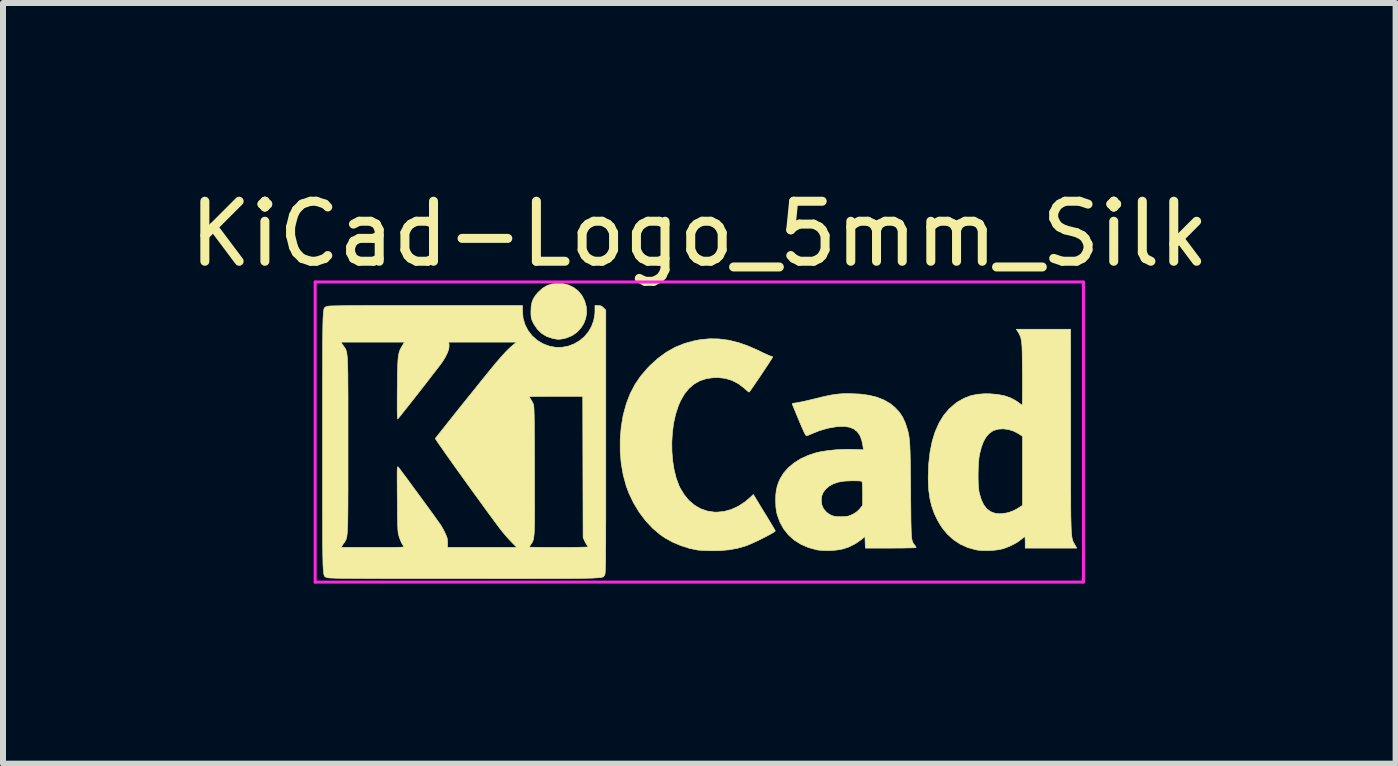
<source format=kicad_pcb>
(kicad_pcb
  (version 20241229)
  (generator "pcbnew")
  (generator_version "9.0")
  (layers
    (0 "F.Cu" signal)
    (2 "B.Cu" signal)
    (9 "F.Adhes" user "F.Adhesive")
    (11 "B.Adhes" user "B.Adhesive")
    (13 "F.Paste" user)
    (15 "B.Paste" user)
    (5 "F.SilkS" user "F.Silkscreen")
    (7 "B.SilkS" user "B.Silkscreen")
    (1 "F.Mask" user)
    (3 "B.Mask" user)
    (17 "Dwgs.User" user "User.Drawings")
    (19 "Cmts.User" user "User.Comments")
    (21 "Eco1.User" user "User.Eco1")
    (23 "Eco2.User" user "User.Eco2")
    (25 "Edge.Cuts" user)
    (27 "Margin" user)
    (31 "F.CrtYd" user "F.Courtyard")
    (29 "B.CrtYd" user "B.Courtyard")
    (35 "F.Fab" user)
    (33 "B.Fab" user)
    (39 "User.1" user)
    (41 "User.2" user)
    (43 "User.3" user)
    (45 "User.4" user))
  (footprint "KiCad-Logo_5mm_Silk"
    (layer "F.Cu")
    (at 8.601 4.648)
    (property "Reference" "KiCad-Logo_5mm_Silk" (at 0 -3.8 0) (layer "F.SilkS") (effects (font (size 1 1) (thickness 0.15))))
    (attr exclude_from_pos_files exclude_from_bom)
    (fp_poly (pts (xy -2.273 -2.973) (xy -2.177 -2.949) (xy -2.09 -2.906) (xy -2.015 -2.847) (xy -1.954 -2.772) (xy -1.909 -2.683) (xy -1.883 -2.586) (xy -1.877 -2.489) (xy -1.892 -2.395) (xy -1.926 -2.307) (xy -1.977 -2.228) (xy -2.042 -2.16) (xy -2.121 -2.106) (xy -2.212 -2.068) (xy -2.263 -2.056) (xy -2.308 -2.048) (xy -2.342 -2.045) (xy -2.375 -2.047) (xy -2.415 -2.054) (xy -2.449 -2.061) (xy -2.542 -2.092) (xy -2.626 -2.143) (xy -2.698 -2.213) (xy -2.756 -2.298) (xy -2.77 -2.326) (xy -2.787 -2.362) (xy -2.797 -2.392) (xy -2.802 -2.425) (xy -2.805 -2.466) (xy -2.805 -2.512) (xy -2.801 -2.596) (xy -2.787 -2.665) (xy -2.762 -2.726) (xy -2.723 -2.784) (xy -2.684 -2.829) (xy -2.612 -2.895) (xy -2.537 -2.94) (xy -2.455 -2.967) (xy -2.377 -2.977) (xy -2.273 -2.973)) (stroke (width 0.01) (type solid)) (fill yes) (layer "F.SilkS"))
    (fp_poly (pts (xy 0.328 -2.051) (xy 0.489 -2.03) (xy 0.653 -1.99) (xy 0.822 -1.93) (xy 1 -1.851) (xy 1.011 -1.845) (xy 1.069 -1.817) (xy 1.121 -1.793) (xy 1.162 -1.775) (xy 1.19 -1.764) (xy 1.2 -1.761) (xy 1.219 -1.756) (xy 1.224 -1.752) (xy 1.218 -1.741) (xy 1.202 -1.715) (xy 1.177 -1.676) (xy 1.145 -1.626) (xy 1.107 -1.569) (xy 1.066 -1.507) (xy 1.023 -1.442) (xy 0.98 -1.379) (xy 0.939 -1.319) (xy 0.902 -1.265) (xy 0.871 -1.22) (xy 0.847 -1.186) (xy 0.832 -1.167) (xy 0.83 -1.165) (xy 0.82 -1.17) (xy 0.798 -1.187) (xy 0.767 -1.214) (xy 0.752 -1.228) (xy 0.655 -1.303) (xy 0.548 -1.359) (xy 0.433 -1.394) (xy 0.31 -1.408) (xy 0.241 -1.407) (xy 0.119 -1.39) (xy 0.01 -1.354) (xy -0.087 -1.299) (xy -0.174 -1.225) (xy -0.249 -1.131) (xy -0.314 -1.018) (xy -0.351 -0.931) (xy -0.395 -0.796) (xy -0.428 -0.648) (xy -0.448 -0.493) (xy -0.458 -0.333) (xy -0.456 -0.173) (xy -0.443 -0.016) (xy -0.419 0.133) (xy -0.384 0.271) (xy -0.338 0.395) (xy -0.322 0.429) (xy -0.253 0.543) (xy -0.173 0.64) (xy -0.081 0.718) (xy 0.02 0.777) (xy 0.13 0.816) (xy 0.247 0.834) (xy 0.289 0.835) (xy 0.41 0.824) (xy 0.531 0.791) (xy 0.649 0.737) (xy 0.762 0.663) (xy 0.854 0.585) (xy 0.9 0.54) (xy 1.081 0.837) (xy 1.127 0.911) (xy 1.168 0.98) (xy 1.204 1.039) (xy 1.233 1.088) (xy 1.254 1.124) (xy 1.265 1.144) (xy 1.266 1.147) (xy 1.258 1.157) (xy 1.233 1.174) (xy 1.193 1.197) (xy 1.142 1.225) (xy 1.084 1.255) (xy 1.021 1.287) (xy 0.958 1.318) (xy 0.896 1.346) (xy 0.839 1.371) (xy 0.791 1.391) (xy 0.768 1.399) (xy 0.634 1.437) (xy 0.496 1.462) (xy 0.349 1.475) (xy 0.222 1.477) (xy 0.154 1.476) (xy 0.088 1.474) (xy 0.031 1.471) (xy -0.013 1.468) (xy -0.027 1.466) (xy -0.166 1.438) (xy -0.307 1.392) (xy -0.445 1.334) (xy -0.572 1.264) (xy -0.649 1.211) (xy -0.777 1.103) (xy -0.895 0.977) (xy -1.002 0.835) (xy -1.095 0.681) (xy -1.173 0.518) (xy -1.217 0.401) (xy -1.267 0.217) (xy -1.301 0.023) (xy -1.318 -0.179) (xy -1.318 -0.382) (xy -1.301 -0.584) (xy -1.268 -0.781) (xy -1.217 -0.967) (xy -1.214 -0.978) (xy -1.151 -1.14) (xy -1.074 -1.288) (xy -0.981 -1.426) (xy -0.868 -1.558) (xy -0.825 -1.604) (xy -0.688 -1.728) (xy -0.549 -1.83) (xy -0.403 -1.912) (xy -0.249 -1.975) (xy -0.084 -2.02) (xy 0.011 -2.038) (xy 0.17 -2.054) (xy 0.328 -2.051)) (stroke (width 0.01) (type solid)) (fill yes) (layer "F.SilkS"))
    (fp_poly (pts (xy 6.187 -0.528) (xy 6.187 -0.293) (xy 6.187 -0.08) (xy 6.187 0.112) (xy 6.187 0.285) (xy 6.187 0.441) (xy 6.188 0.579) (xy 6.188 0.701) (xy 6.189 0.808) (xy 6.19 0.901) (xy 6.192 0.982) (xy 6.194 1.051) (xy 6.196 1.11) (xy 6.198 1.159) (xy 6.202 1.2) (xy 6.205 1.234) (xy 6.21 1.262) (xy 6.214 1.285) (xy 6.22 1.304) (xy 6.226 1.321) (xy 6.233 1.335) (xy 6.24 1.349) (xy 6.249 1.364) (xy 6.254 1.373) (xy 6.288 1.434) (xy 5.43 1.434) (xy 5.43 1.338) (xy 5.429 1.294) (xy 5.427 1.261) (xy 5.424 1.243) (xy 5.423 1.242) (xy 5.412 1.249) (xy 5.389 1.267) (xy 5.366 1.286) (xy 5.312 1.327) (xy 5.242 1.368) (xy 5.165 1.405) (xy 5.088 1.435) (xy 5.057 1.445) (xy 4.989 1.46) (xy 4.906 1.47) (xy 4.816 1.475) (xy 4.728 1.474) (xy 4.649 1.469) (xy 4.612 1.463) (xy 4.473 1.425) (xy 4.346 1.367) (xy 4.23 1.29) (xy 4.127 1.195) (xy 4.036 1.081) (xy 3.969 0.97) (xy 3.914 0.854) (xy 3.872 0.734) (xy 3.842 0.608) (xy 3.823 0.472) (xy 3.815 0.32) (xy 3.814 0.243) (xy 3.816 0.186) (xy 4.645 0.186) (xy 4.645 0.279) (xy 4.648 0.367) (xy 4.654 0.444) (xy 4.662 0.505) (xy 4.665 0.517) (xy 4.697 0.625) (xy 4.738 0.712) (xy 4.79 0.779) (xy 4.853 0.826) (xy 4.926 0.853) (xy 5.011 0.862) (xy 5.107 0.851) (xy 5.17 0.835) (xy 5.219 0.817) (xy 5.274 0.791) (xy 5.314 0.767) (xy 5.385 0.721) (xy 5.385 -0.429) (xy 5.317 -0.473) (xy 5.239 -0.514) (xy 5.155 -0.541) (xy 5.07 -0.553) (xy 4.988 -0.549) (xy 4.915 -0.53) (xy 4.883 -0.515) (xy 4.826 -0.472) (xy 4.777 -0.415) (xy 4.735 -0.342) (xy 4.701 -0.252) (xy 4.672 -0.141) (xy 4.671 -0.135) (xy 4.66 -0.073) (xy 4.653 0.005) (xy 4.648 0.093) (xy 4.645 0.186) (xy 3.816 0.186) (xy 3.822 0.03) (xy 3.844 -0.166) (xy 3.88 -0.345) (xy 3.93 -0.506) (xy 3.994 -0.65) (xy 4.071 -0.777) (xy 4.163 -0.886) (xy 4.268 -0.977) (xy 4.314 -1.008) (xy 4.415 -1.064) (xy 4.518 -1.104) (xy 4.628 -1.128) (xy 4.749 -1.138) (xy 4.842 -1.137) (xy 4.971 -1.126) (xy 5.084 -1.104) (xy 5.183 -1.07) (xy 5.271 -1.024) (xy 5.32 -0.99) (xy 5.349 -0.968) (xy 5.371 -0.953) (xy 5.379 -0.948) (xy 5.381 -0.959) (xy 5.382 -0.99) (xy 5.383 -1.037) (xy 5.384 -1.1) (xy 5.384 -1.173) (xy 5.384 -1.256) (xy 5.384 -1.344) (xy 5.384 -1.436) (xy 5.383 -1.528) (xy 5.382 -1.618) (xy 5.381 -1.704) (xy 5.38 -1.781) (xy 5.379 -1.848) (xy 5.377 -1.902) (xy 5.375 -1.94) (xy 5.375 -1.947) (xy 5.367 -2.018) (xy 5.356 -2.073) (xy 5.338 -2.12) (xy 5.312 -2.166) (xy 5.305 -2.176) (xy 5.281 -2.213) (xy 6.186 -2.213) (xy 6.187 -0.528)) (stroke (width 0.01) (type solid)) (fill yes) (layer "F.SilkS"))
    (fp_poly (pts (xy 2.674 -1.133) (xy 2.825 -1.113) (xy 2.961 -1.08) (xy 3.08 -1.032) (xy 3.185 -0.971) (xy 3.262 -0.907) (xy 3.331 -0.833) (xy 3.385 -0.753) (xy 3.428 -0.661) (xy 3.443 -0.618) (xy 3.456 -0.579) (xy 3.467 -0.543) (xy 3.477 -0.508) (xy 3.485 -0.472) (xy 3.492 -0.433) (xy 3.498 -0.39) (xy 3.503 -0.34) (xy 3.507 -0.283) (xy 3.51 -0.215) (xy 3.513 -0.136) (xy 3.515 -0.043) (xy 3.517 0.066) (xy 3.518 0.192) (xy 3.52 0.337) (xy 3.521 0.48) (xy 3.522 0.636) (xy 3.524 0.771) (xy 3.525 0.887) (xy 3.526 0.986) (xy 3.528 1.068) (xy 3.53 1.136) (xy 3.532 1.192) (xy 3.535 1.236) (xy 3.539 1.271) (xy 3.544 1.299) (xy 3.55 1.321) (xy 3.557 1.338) (xy 3.565 1.352) (xy 3.574 1.366) (xy 3.585 1.38) (xy 3.59 1.385) (xy 3.605 1.408) (xy 3.612 1.423) (xy 3.612 1.424) (xy 3.602 1.426) (xy 3.571 1.428) (xy 3.522 1.43) (xy 3.458 1.431) (xy 3.382 1.433) (xy 3.295 1.433) (xy 3.2 1.434) (xy 3.19 1.434) (xy 2.767 1.434) (xy 2.763 1.338) (xy 2.76 1.242) (xy 2.698 1.293) (xy 2.601 1.36) (xy 2.491 1.415) (xy 2.404 1.445) (xy 2.335 1.46) (xy 2.252 1.47) (xy 2.162 1.475) (xy 2.074 1.474) (xy 1.995 1.468) (xy 1.959 1.463) (xy 1.819 1.425) (xy 1.692 1.37) (xy 1.58 1.299) (xy 1.484 1.213) (xy 1.404 1.112) (xy 1.341 0.997) (xy 1.296 0.871) (xy 1.284 0.814) (xy 1.276 0.752) (xy 1.273 0.677) (xy 1.272 0.643) (xy 1.272 0.64) (xy 2.032 0.64) (xy 2.042 0.715) (xy 2.07 0.779) (xy 2.118 0.835) (xy 2.123 0.839) (xy 2.172 0.874) (xy 2.223 0.897) (xy 2.284 0.909) (xy 2.359 0.911) (xy 2.377 0.911) (xy 2.431 0.908) (xy 2.471 0.903) (xy 2.506 0.893) (xy 2.545 0.876) (xy 2.556 0.871) (xy 2.616 0.835) (xy 2.663 0.792) (xy 2.676 0.777) (xy 2.721 0.72) (xy 2.721 0.525) (xy 2.72 0.446) (xy 2.718 0.388) (xy 2.715 0.349) (xy 2.711 0.327) (xy 2.707 0.32) (xy 2.691 0.317) (xy 2.657 0.314) (xy 2.61 0.313) (xy 2.555 0.312) (xy 2.546 0.312) (xy 2.425 0.317) (xy 2.323 0.333) (xy 2.236 0.361) (xy 2.164 0.401) (xy 2.109 0.448) (xy 2.064 0.506) (xy 2.039 0.569) (xy 2.032 0.64) (xy 1.272 0.64) (xy 1.274 0.55) (xy 1.283 0.471) (xy 1.299 0.4) (xy 1.324 0.329) (xy 1.348 0.276) (xy 1.407 0.181) (xy 1.485 0.093) (xy 1.58 0.014) (xy 1.69 -0.055) (xy 1.813 -0.111) (xy 1.945 -0.154) (xy 2.009 -0.169) (xy 2.146 -0.191) (xy 2.294 -0.206) (xy 2.446 -0.212) (xy 2.572 -0.211) (xy 2.734 -0.204) (xy 2.727 -0.263) (xy 2.707 -0.362) (xy 2.676 -0.443) (xy 2.632 -0.506) (xy 2.575 -0.551) (xy 2.503 -0.58) (xy 2.416 -0.594) (xy 2.313 -0.591) (xy 2.275 -0.587) (xy 2.134 -0.562) (xy 1.997 -0.521) (xy 1.902 -0.483) (xy 1.857 -0.464) (xy 1.819 -0.448) (xy 1.792 -0.439) (xy 1.785 -0.437) (xy 1.775 -0.446) (xy 1.758 -0.475) (xy 1.734 -0.524) (xy 1.703 -0.594) (xy 1.665 -0.684) (xy 1.658 -0.7) (xy 1.628 -0.772) (xy 1.601 -0.838) (xy 1.578 -0.893) (xy 1.561 -0.936) (xy 1.55 -0.963) (xy 1.547 -0.972) (xy 1.557 -0.977) (xy 1.583 -0.982) (xy 1.611 -0.986) (xy 1.642 -0.991) (xy 1.689 -1) (xy 1.751 -1.013) (xy 1.821 -1.029) (xy 1.896 -1.047) (xy 1.925 -1.054) (xy 2.03 -1.08) (xy 2.117 -1.1) (xy 2.192 -1.115) (xy 2.258 -1.126) (xy 2.319 -1.133) (xy 2.381 -1.138) (xy 2.446 -1.14) (xy 2.504 -1.14) (xy 2.674 -1.133)) (stroke (width 0.01) (type solid)) (fill yes) (layer "F.SilkS"))
    (fp_poly (pts (xy -2.946 -2.511) (xy -2.936 -2.397) (xy -2.904 -2.289) (xy -2.853 -2.19) (xy -2.784 -2.102) (xy -2.699 -2.027) (xy -2.602 -1.97) (xy -2.496 -1.93) (xy -2.389 -1.911) (xy -2.283 -1.913) (xy -2.181 -1.932) (xy -2.085 -1.969) (xy -1.996 -2.021) (xy -1.917 -2.087) (xy -1.849 -2.167) (xy -1.796 -2.258) (xy -1.759 -2.359) (xy -1.74 -2.47) (xy -1.738 -2.52) (xy -1.738 -2.608) (xy -1.687 -2.608) (xy -1.65 -2.605) (xy -1.623 -2.593) (xy -1.596 -2.569) (xy -1.558 -2.531) (xy -1.558 -0.339) (xy -1.558 -0.077) (xy -1.558 0.163) (xy -1.558 0.383) (xy -1.558 0.583) (xy -1.558 0.764) (xy -1.558 0.928) (xy -1.559 1.074) (xy -1.559 1.205) (xy -1.559 1.32) (xy -1.56 1.421) (xy -1.561 1.509) (xy -1.561 1.585) (xy -1.562 1.65) (xy -1.563 1.704) (xy -1.564 1.749) (xy -1.565 1.786) (xy -1.567 1.815) (xy -1.568 1.837) (xy -1.57 1.854) (xy -1.572 1.866) (xy -1.574 1.874) (xy -1.576 1.88) (xy -1.577 1.882) (xy -1.581 1.889) (xy -1.585 1.895) (xy -1.589 1.901) (xy -1.594 1.906) (xy -1.601 1.911) (xy -1.611 1.916) (xy -1.625 1.92) (xy -1.645 1.923) (xy -1.669 1.926) (xy -1.701 1.929) (xy -1.741 1.931) (xy -1.789 1.934) (xy -1.846 1.935) (xy -1.914 1.937) (xy -1.994 1.938) (xy -2.085 1.939) (xy -2.19 1.94) (xy -2.309 1.94) (xy -2.443 1.941) (xy -2.593 1.941) (xy -2.76 1.941) (xy -2.945 1.942) (xy -3.149 1.942) (xy -3.372 1.942) (xy -3.616 1.941) (xy -3.881 1.941) (xy -3.92 1.941) (xy -4.187 1.941) (xy -4.432 1.941) (xy -4.657 1.941) (xy -4.861 1.941) (xy -5.047 1.941) (xy -5.215 1.941) (xy -5.366 1.94) (xy -5.501 1.94) (xy -5.62 1.939) (xy -5.725 1.939) (xy -5.817 1.938) (xy -5.896 1.938) (xy -5.964 1.937) (xy -6.021 1.936) (xy -6.069 1.935) (xy -6.107 1.933) (xy -6.138 1.932) (xy -6.162 1.931) (xy -6.18 1.929) (xy -6.192 1.927) (xy -6.201 1.925) (xy -6.205 1.923) (xy -6.214 1.92) (xy -6.221 1.917) (xy -6.229 1.915) (xy -6.235 1.911) (xy -6.241 1.906) (xy -6.246 1.897) (xy -6.251 1.885) (xy -6.255 1.869) (xy -6.259 1.846) (xy -6.262 1.818) (xy -6.265 1.781) (xy -6.268 1.737) (xy -6.27 1.683) (xy -6.271 1.618) (xy -6.273 1.543) (xy -6.274 1.455) (xy -6.275 1.354) (xy -6.276 1.239) (xy -6.276 1.11) (xy -6.276 0.964) (xy -6.277 0.802) (xy -6.277 0.621) (xy -6.277 0.422) (xy -6.277 0.204) (xy -6.277 -0.035) (xy -6.277 -0.296) (xy -6.277 -0.338) (xy -6.277 -0.601) (xy -6.277 -0.842) (xy -6.277 -1.063) (xy -6.277 -1.264) (xy -6.277 -1.446) (xy -6.276 -1.61) (xy -6.276 -1.757) (xy -6.276 -1.888) (xy -6.275 -1.998) (xy -5.972 -1.998) (xy -5.932 -1.94) (xy -5.921 -1.925) (xy -5.911 -1.911) (xy -5.902 -1.897) (xy -5.894 -1.883) (xy -5.887 -1.868) (xy -5.881 -1.849) (xy -5.875 -1.826) (xy -5.871 -1.798) (xy -5.867 -1.764) (xy -5.863 -1.722) (xy -5.861 -1.67) (xy -5.858 -1.609) (xy -5.857 -1.537) (xy -5.855 -1.452) (xy -5.855 -1.354) (xy -5.854 -1.24) (xy -5.853 -1.111) (xy -5.853 -0.965) (xy -5.853 -0.8) (xy -5.853 -0.616) (xy -5.853 -0.41) (xy -5.853 -0.288) (xy -5.853 -0.071) (xy -5.853 0.125) (xy -5.853 0.3) (xy -5.853 0.456) (xy -5.854 0.595) (xy -5.854 0.717) (xy -5.855 0.823) (xy -5.856 0.915) (xy -5.857 0.994) (xy -5.859 1.062) (xy -5.862 1.118) (xy -5.865 1.165) (xy -5.868 1.204) (xy -5.872 1.235) (xy -5.877 1.261) (xy -5.883 1.282) (xy -5.89 1.299) (xy -5.897 1.314) (xy -5.906 1.327) (xy -5.915 1.341) (xy -5.925 1.356) (xy -5.932 1.365) (xy -5.97 1.422) (xy -5.439 1.422) (xy -5.315 1.422) (xy -5.213 1.422) (xy -5.129 1.422) (xy -5.063 1.421) (xy -5.012 1.42) (xy -4.974 1.419) (xy -4.948 1.417) (xy -4.932 1.415) (xy -4.923 1.412) (xy -4.921 1.408) (xy -4.923 1.404) (xy -4.925 1.403) (xy -4.95 1.366) (xy -4.976 1.313) (xy -4.999 1.251) (xy -5.007 1.224) (xy -5.012 1.206) (xy -5.016 1.185) (xy -5.019 1.159) (xy -5.022 1.126) (xy -5.024 1.083) (xy -5.026 1.028) (xy -5.028 0.96) (xy -5.029 0.877) (xy -5.03 0.775) (xy -5.031 0.654) (xy -5.032 0.61) (xy -5.033 0.484) (xy -5.033 0.38) (xy -5.034 0.295) (xy -5.034 0.227) (xy -5.034 0.174) (xy -5.033 0.135) (xy -5.031 0.107) (xy -5.029 0.09) (xy -5.027 0.081) (xy -5.023 0.078) (xy -5.019 0.08) (xy -5.015 0.085) (xy -5.004 0.098) (xy -4.982 0.127) (xy -4.95 0.17) (xy -4.909 0.225) (xy -4.861 0.289) (xy -4.808 0.362) (xy -4.751 0.44) (xy -4.691 0.521) (xy -4.631 0.603) (xy -4.572 0.685) (xy -4.514 0.763) (xy -4.461 0.836) (xy -4.413 0.902) (xy -4.373 0.959) (xy -4.341 1.004) (xy -4.318 1.035) (xy -4.314 1.041) (xy -4.291 1.078) (xy -4.264 1.126) (xy -4.239 1.176) (xy -4.236 1.183) (xy -4.214 1.231) (xy -4.201 1.268) (xy -4.196 1.304) (xy -4.194 1.346) (xy -4.195 1.422) (xy -3.041 1.422) (xy -3.132 1.329) (xy -3.179 1.279) (xy -3.229 1.222) (xy -3.275 1.168) (xy -3.295 1.143) (xy -3.326 1.103) (xy -3.366 1.05) (xy -3.414 0.985) (xy -3.47 0.909) (xy -3.532 0.825) (xy -3.599 0.733) (xy -3.669 0.636) (xy -3.743 0.535) (xy -3.817 0.432) (xy -3.892 0.328) (xy -3.966 0.225) (xy -4.038 0.125) (xy -4.106 0.029) (xy -4.17 -0.061) (xy -4.229 -0.144) (xy -4.28 -0.218) (xy -4.324 -0.28) (xy -4.359 -0.33) (xy -4.383 -0.367) (xy -4.396 -0.387) (xy -4.398 -0.391) (xy -4.39 -0.403) (xy -4.369 -0.43) (xy -4.337 -0.471) (xy -4.294 -0.525) (xy -4.243 -0.589) (xy -4.185 -0.663) (xy -4.12 -0.744) (xy -4.051 -0.831) (xy -3.979 -0.921) (xy -3.904 -1.014) (xy -3.845 -1.088) (xy -2.834 -1.088) (xy -2.828 -1.075) (xy -2.813 -1.053) (xy -2.812 -1.052) (xy -2.793 -1.021) (xy -2.774 -0.985) (xy -2.77 -0.976) (xy -2.766 -0.968) (xy -2.763 -0.958) (xy -2.76 -0.945) (xy -2.758 -0.927) (xy -2.756 -0.904) (xy -2.754 -0.873) (xy -2.753 -0.833) (xy -2.751 -0.784) (xy -2.75 -0.723) (xy -2.749 -0.649) (xy -2.749 -0.561) (xy -2.748 -0.457) (xy -2.747 -0.337) (xy -2.747 -0.198) (xy -2.746 -0.039) (xy -2.746 0.14) (xy -2.745 0.325) (xy -2.745 0.489) (xy -2.745 0.633) (xy -2.744 0.759) (xy -2.745 0.868) (xy -2.745 0.961) (xy -2.747 1.04) (xy -2.748 1.106) (xy -2.75 1.161) (xy -2.753 1.206) (xy -2.757 1.242) (xy -2.761 1.271) (xy -2.766 1.295) (xy -2.772 1.313) (xy -2.779 1.329) (xy -2.787 1.344) (xy -2.797 1.358) (xy -2.805 1.37) (xy -2.822 1.396) (xy -2.832 1.414) (xy -2.834 1.417) (xy -2.823 1.418) (xy -2.791 1.419) (xy -2.742 1.42) (xy -2.677 1.421) (xy -2.599 1.422) (xy -2.51 1.422) (xy -2.411 1.422) (xy -2.342 1.422) (xy -2.237 1.422) (xy -2.141 1.422) (xy -2.054 1.421) (xy -1.98 1.419) (xy -1.921 1.418) (xy -1.879 1.416) (xy -1.855 1.414) (xy -1.851 1.412) (xy -1.859 1.398) (xy -1.867 1.39) (xy -1.88 1.372) (xy -1.897 1.342) (xy -1.909 1.318) (xy -1.936 1.259) (xy -1.939 0.082) (xy -1.942 -1.095) (xy -2.388 -1.095) (xy -2.486 -1.095) (xy -2.576 -1.094) (xy -2.657 -1.094) (xy -2.725 -1.093) (xy -2.779 -1.092) (xy -2.815 -1.09) (xy -2.833 -1.089) (xy -2.834 -1.088) (xy -3.845 -1.088) (xy -3.829 -1.107) (xy -3.755 -1.199) (xy -3.683 -1.289) (xy -3.615 -1.374) (xy -3.551 -1.452) (xy -3.494 -1.523) (xy -3.444 -1.584) (xy -3.403 -1.633) (xy -3.386 -1.654) (xy -3.3 -1.754) (xy -3.223 -1.838) (xy -3.154 -1.906) (xy -3.091 -1.96) (xy -3.082 -1.967) (xy -3.042 -1.998) (xy -4.174 -1.998) (xy -4.169 -1.95) (xy -4.172 -1.893) (xy -4.194 -1.825) (xy -4.234 -1.745) (xy -4.279 -1.673) (xy -4.295 -1.65) (xy -4.323 -1.612) (xy -4.361 -1.562) (xy -4.408 -1.501) (xy -4.462 -1.432) (xy -4.52 -1.356) (xy -4.582 -1.276) (xy -4.646 -1.194) (xy -4.71 -1.112) (xy -4.773 -1.032) (xy -4.832 -0.957) (xy -4.887 -0.888) (xy -4.935 -0.828) (xy -4.974 -0.778) (xy -5.004 -0.742) (xy -5.022 -0.72) (xy -5.025 -0.717) (xy -5.028 -0.725) (xy -5.03 -0.755) (xy -5.032 -0.807) (xy -5.033 -0.881) (xy -5.033 -0.977) (xy -5.033 -1.094) (xy -5.032 -1.214) (xy -5.03 -1.346) (xy -5.029 -1.457) (xy -5.027 -1.551) (xy -5.024 -1.629) (xy -5.021 -1.692) (xy -5.016 -1.745) (xy -5.009 -1.788) (xy -5.002 -1.823) (xy -4.992 -1.854) (xy -4.98 -1.882) (xy -4.965 -1.91) (xy -4.95 -1.935) (xy -4.912 -1.998) (xy -5.972 -1.998) (xy -6.275 -1.998) (xy -6.275 -2.004) (xy -6.274 -2.106) (xy -6.273 -2.195) (xy -6.272 -2.272) (xy -6.27 -2.337) (xy -6.269 -2.393) (xy -6.266 -2.438) (xy -6.264 -2.475) (xy -6.261 -2.505) (xy -6.258 -2.528) (xy -6.254 -2.546) (xy -6.25 -2.559) (xy -6.245 -2.568) (xy -6.24 -2.574) (xy -6.234 -2.579) (xy -6.228 -2.582) (xy -6.222 -2.586) (xy -6.216 -2.589) (xy -6.21 -2.592) (xy -6.202 -2.594) (xy -6.19 -2.596) (xy -6.173 -2.598) (xy -6.149 -2.6) (xy -6.118 -2.601) (xy -6.079 -2.602) (xy -6.03 -2.603) (xy -5.971 -2.604) (xy -5.899 -2.605) (xy -5.815 -2.606) (xy -5.718 -2.606) (xy -5.605 -2.607) (xy -5.476 -2.607) (xy -5.33 -2.607) (xy -5.166 -2.608) (xy -4.982 -2.608) (xy -4.778 -2.608) (xy -4.567 -2.608) (xy -2.946 -2.608) (xy -2.946 -2.511)) (stroke (width 0.01) (type solid)) (fill yes) (layer "F.SilkS"))
    (fp_line (start -6.4 -3) (end 6.4 -3) (stroke (width 0.05) (type solid)) (layer "F.CrtYd"))
    (fp_line (start -6.4 2) (end -6.4 -3) (stroke (width 0.05) (type solid)) (layer "F.CrtYd"))
    (fp_line (start -6.4 2) (end 6.4 2) (stroke (width 0.05) (type solid)) (layer "F.CrtYd"))
    (fp_line (start 6.4 2) (end 6.4 -3) (stroke (width 0.05) (type solid)) (layer "F.CrtYd")))
  (gr_rect
    (start -3 -3)
    (end 20.202 9.673)
    (stroke (width 0.1) (type default))
    (fill no)
    (layer "Edge.Cuts")))
</source>
